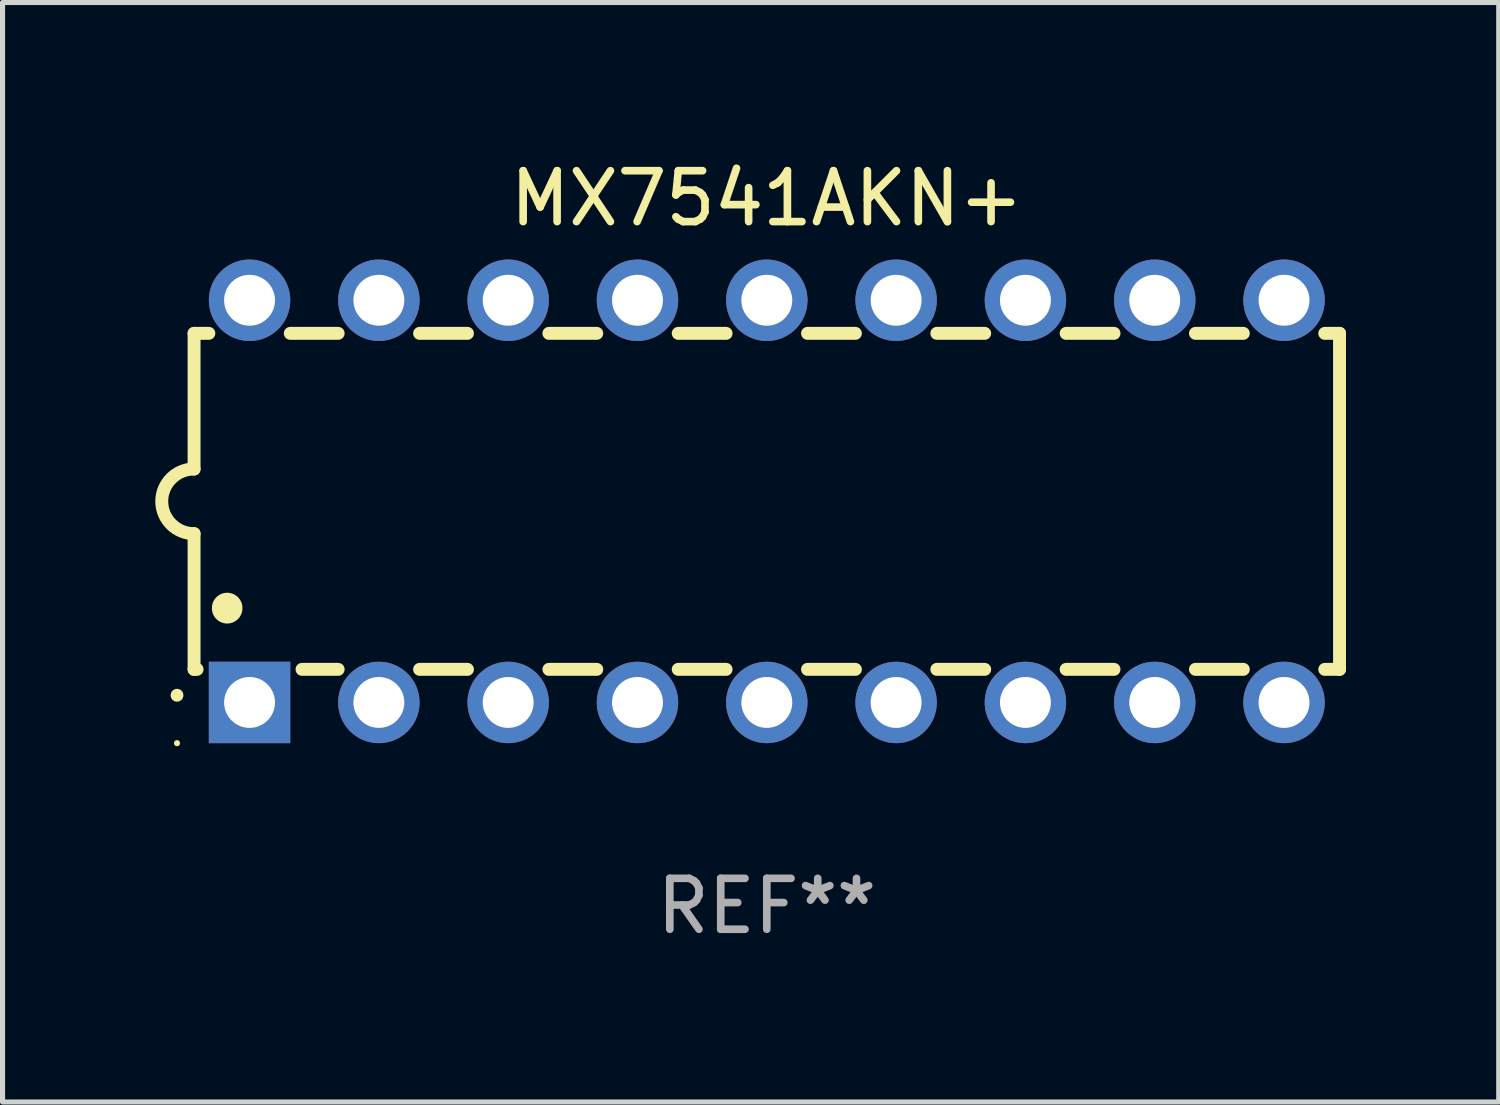
<source format=kicad_pcb>
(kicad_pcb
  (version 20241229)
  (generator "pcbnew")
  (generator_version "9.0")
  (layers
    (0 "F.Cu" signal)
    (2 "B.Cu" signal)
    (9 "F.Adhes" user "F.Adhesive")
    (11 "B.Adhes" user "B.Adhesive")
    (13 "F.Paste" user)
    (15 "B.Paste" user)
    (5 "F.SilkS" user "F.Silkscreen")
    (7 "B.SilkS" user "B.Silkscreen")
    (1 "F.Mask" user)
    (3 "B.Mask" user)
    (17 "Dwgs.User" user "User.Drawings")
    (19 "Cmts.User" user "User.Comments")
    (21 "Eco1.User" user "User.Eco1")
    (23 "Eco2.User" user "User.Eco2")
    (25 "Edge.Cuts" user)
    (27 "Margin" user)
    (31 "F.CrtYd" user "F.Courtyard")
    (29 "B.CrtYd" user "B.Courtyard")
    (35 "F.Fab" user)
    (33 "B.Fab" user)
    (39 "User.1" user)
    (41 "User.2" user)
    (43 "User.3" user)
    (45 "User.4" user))
  (footprint "MX7541AKN+"
    (layer "F.Cu")
    (at 12.012 6.798)
    (property "Reference" "MX7541AKN+" (at 0 -5.95 0) (layer "F.SilkS") (effects (font (size 1 1) (thickness 0.15))))
    (attr through_hole)
    (fp_line (start -11.25 -3.3) (end -11.25 -0.635) (stroke (width 0.254) (type solid)) (layer "F.SilkS"))
    (fp_line (start -11.25 -3.3) (end -10.96 -3.3) (stroke (width 0.254) (type solid)) (layer "F.SilkS"))
    (fp_line (start -11.25 3.3) (end -11.25 0.635) (stroke (width 0.254) (type solid)) (layer "F.SilkS"))
    (fp_line (start -11.25 3.3) (end -11.191 3.3) (stroke (width 0.254) (type solid)) (layer "F.SilkS"))
    (fp_line (start -9.36 -3.3) (end -8.42 -3.3) (stroke (width 0.254) (type solid)) (layer "F.SilkS"))
    (fp_line (start -9.129 3.3) (end -8.42 3.3) (stroke (width 0.254) (type solid)) (layer "F.SilkS"))
    (fp_line (start -6.82 -3.3) (end -5.88 -3.3) (stroke (width 0.254) (type solid)) (layer "F.SilkS"))
    (fp_line (start -6.82 3.3) (end -5.88 3.3) (stroke (width 0.254) (type solid)) (layer "F.SilkS"))
    (fp_line (start -4.28 -3.3) (end -3.34 -3.3) (stroke (width 0.254) (type solid)) (layer "F.SilkS"))
    (fp_line (start -4.28 3.3) (end -3.34 3.3) (stroke (width 0.254) (type solid)) (layer "F.SilkS"))
    (fp_line (start -1.74 -3.3) (end -0.8 -3.3) (stroke (width 0.254) (type solid)) (layer "F.SilkS"))
    (fp_line (start -1.74 3.3) (end -0.8 3.3) (stroke (width 0.254) (type solid)) (layer "F.SilkS"))
    (fp_line (start 0.8 -3.3) (end 1.74 -3.3) (stroke (width 0.254) (type solid)) (layer "F.SilkS"))
    (fp_line (start 0.8 3.3) (end 1.74 3.3) (stroke (width 0.254) (type solid)) (layer "F.SilkS"))
    (fp_line (start 3.34 -3.3) (end 4.28 -3.3) (stroke (width 0.254) (type solid)) (layer "F.SilkS"))
    (fp_line (start 3.34 3.3) (end 4.28 3.3) (stroke (width 0.254) (type solid)) (layer "F.SilkS"))
    (fp_line (start 5.88 -3.3) (end 6.82 -3.3) (stroke (width 0.254) (type solid)) (layer "F.SilkS"))
    (fp_line (start 5.88 3.3) (end 6.82 3.3) (stroke (width 0.254) (type solid)) (layer "F.SilkS"))
    (fp_line (start 8.42 -3.3) (end 9.36 -3.3) (stroke (width 0.254) (type solid)) (layer "F.SilkS"))
    (fp_line (start 8.42 3.3) (end 9.36 3.3) (stroke (width 0.254) (type solid)) (layer "F.SilkS"))
    (fp_line (start 10.96 -3.3) (end 11.25 -3.3) (stroke (width 0.254) (type solid)) (layer "F.SilkS"))
    (fp_line (start 10.96 3.3) (end 11.25 3.3) (stroke (width 0.254) (type solid)) (layer "F.SilkS"))
    (fp_line (start 11.25 -3.3) (end 11.25 3.3) (stroke (width 0.254) (type solid)) (layer "F.SilkS"))
    (fp_arc (start -11.584963 3.810008) (mid -11.58497 3.808738) (end -11.584963 3.807468) (stroke (width 0.25) (type solid)) (layer "F.SilkS"))
    (fp_arc (start -11.250013 0.635001) (mid -11.884684 -0.000165) (end -11.249683 -0.635001) (stroke (width 0.254001) (type solid)) (layer "F.SilkS"))
    (fp_arc (start -10.600025 2.1) (mid -10.600036 2.09746) (end -10.600025 2.09492) (stroke (width 0.6) (type solid)) (layer "F.SilkS"))
    (fp_circle (center -11.585 4.75) (end -11.555 4.75) (stroke (width 0.06) (type solid)) (fill no) (layer "F.SilkS"))
    (fp_text user "REF**" (at 0 7.95 0) (layer "F.Fab") (effects (font (size 1 1) (thickness 0.15))))
    (pad "1" thru_hole rect (at -10.16 3.95 90) (size 1.6 1.6) (drill 1) (layers "*.Cu" "*.Mask"))
    (pad "2" thru_hole circle (at -7.62 3.95 90) (size 1.6 1.6) (drill 1) (layers "*.Cu" "*.Mask"))
    (pad "3" thru_hole circle (at -5.08 3.95 90) (size 1.6 1.6) (drill 1) (layers "*.Cu" "*.Mask"))
    (pad "4" thru_hole circle (at -2.54 3.95 90) (size 1.6 1.6) (drill 1) (layers "*.Cu" "*.Mask"))
    (pad "5" thru_hole circle (at 0 3.95 90) (size 1.6 1.6) (drill 1) (layers "*.Cu" "*.Mask"))
    (pad "6" thru_hole circle (at 2.54 3.95 90) (size 1.6 1.6) (drill 1) (layers "*.Cu" "*.Mask"))
    (pad "7" thru_hole circle (at 5.08 3.95 90) (size 1.6 1.6) (drill 1) (layers "*.Cu" "*.Mask"))
    (pad "8" thru_hole circle (at 7.62 3.95 90) (size 1.6 1.6) (drill 1) (layers "*.Cu" "*.Mask"))
    (pad "9" thru_hole circle (at 10.16 3.95 90) (size 1.6 1.6) (drill 1) (layers "*.Cu" "*.Mask"))
    (pad "10" thru_hole circle (at 10.16 -3.95 90) (size 1.6 1.6) (drill 1) (layers "*.Cu" "*.Mask"))
    (pad "11" thru_hole circle (at 7.62 -3.95 90) (size 1.6 1.6) (drill 1) (layers "*.Cu" "*.Mask"))
    (pad "12" thru_hole circle (at 5.08 -3.95 90) (size 1.6 1.6) (drill 1) (layers "*.Cu" "*.Mask"))
    (pad "13" thru_hole circle (at 2.54 -3.95 90) (size 1.6 1.6) (drill 1) (layers "*.Cu" "*.Mask"))
    (pad "14" thru_hole circle (at 0 -3.95 90) (size 1.6 1.6) (drill 1) (layers "*.Cu" "*.Mask"))
    (pad "15" thru_hole circle (at -2.54 -3.95 90) (size 1.6 1.6) (drill 1) (layers "*.Cu" "*.Mask"))
    (pad "16" thru_hole circle (at -5.08 -3.95 90) (size 1.6 1.6) (drill 1) (layers "*.Cu" "*.Mask"))
    (pad "17" thru_hole circle (at -7.62 -3.95 90) (size 1.6 1.6) (drill 1) (layers "*.Cu" "*.Mask"))
    (pad "18" thru_hole circle (at -10.16 -3.95 90) (size 1.6 1.6) (drill 1) (layers "*.Cu" "*.Mask")))
  (gr_rect
    (start -3 -3)
    (end 26.389 18.596)
    (stroke (width 0.1) (type default))
    (fill no)
    (layer "Edge.Cuts")))
</source>
